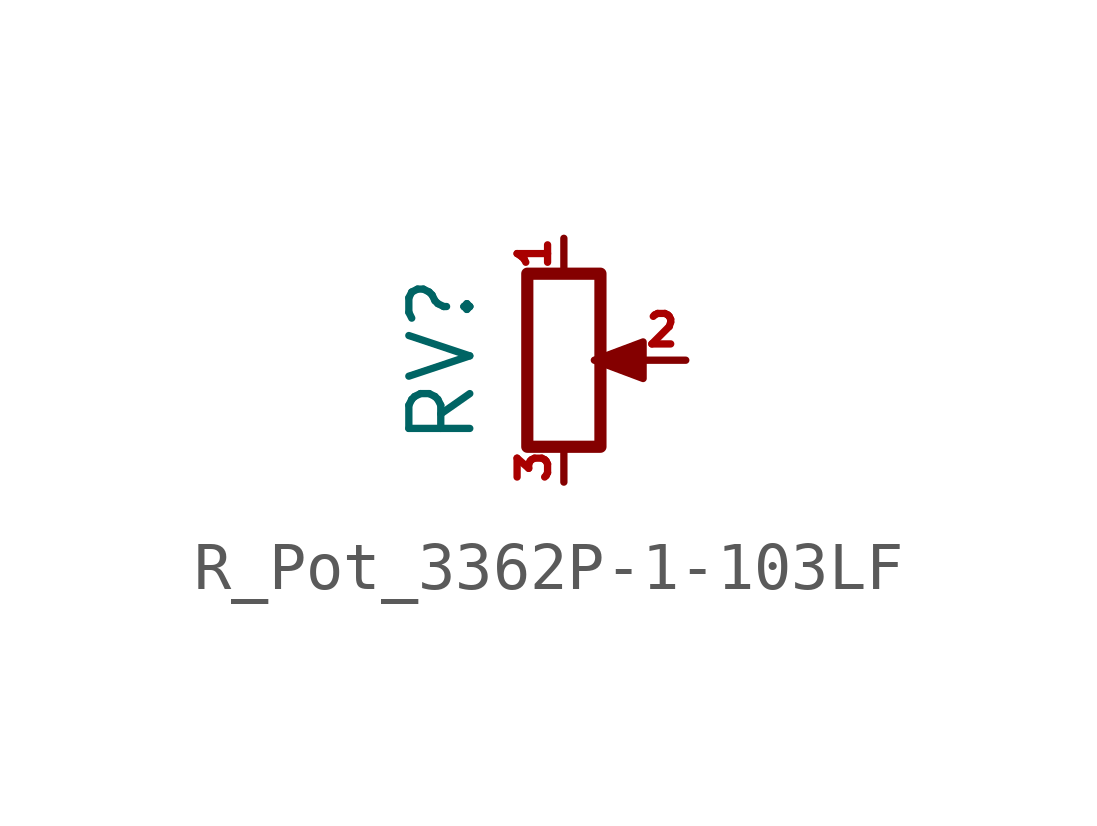
<source format=kicad_sym>
(kicad_symbol_lib
  (version 20220914)
  (generator kicad_symbol_editor)
  (symbol "R_Pot_3362P-1-103LF"
    (pin_names
      (offset 1.016) hide)
    (property "Reference" "RV"
      (at -2.54 0 90)
      (effects (font (size 1.27 1.27))))
    (symbol "R_Pot_3362P-1-103LF_0_1"
      (polyline (pts (xy 0.889 0) (xy 0.635 0) (xy 1.651 0.381) (xy 1.651 -0.381) (xy 0.635 0) (xy 0.889 0)) (stroke (width 0) (type default)) (fill (type outline)))
      (rectangle (start 0.762 1.803) (end -0.762 -1.803) (stroke (width 0.254) (type default)) (fill (type none))))
    (symbol "R_Pot_3362P-1-103LF_1_1"
      (pin passive line (at 0 2.54 270) (length 0.635) (name "1" (effects (font (size 0.635 0.635)))) (number "1" (effects (font (size 0.635 0.635)))))
      (pin passive line (at 2.54 0 180) (length 0.991) (name "2" (effects (font (size 0.635 0.635)))) (number "2" (effects (font (size 0.635 0.635)))))
      (pin passive line (at 0 -2.54 90) (length 0.635) (name "3" (effects (font (size 0.635 0.635)))) (number "3" (effects (font (size 0.635 0.635))))))))
</source>
